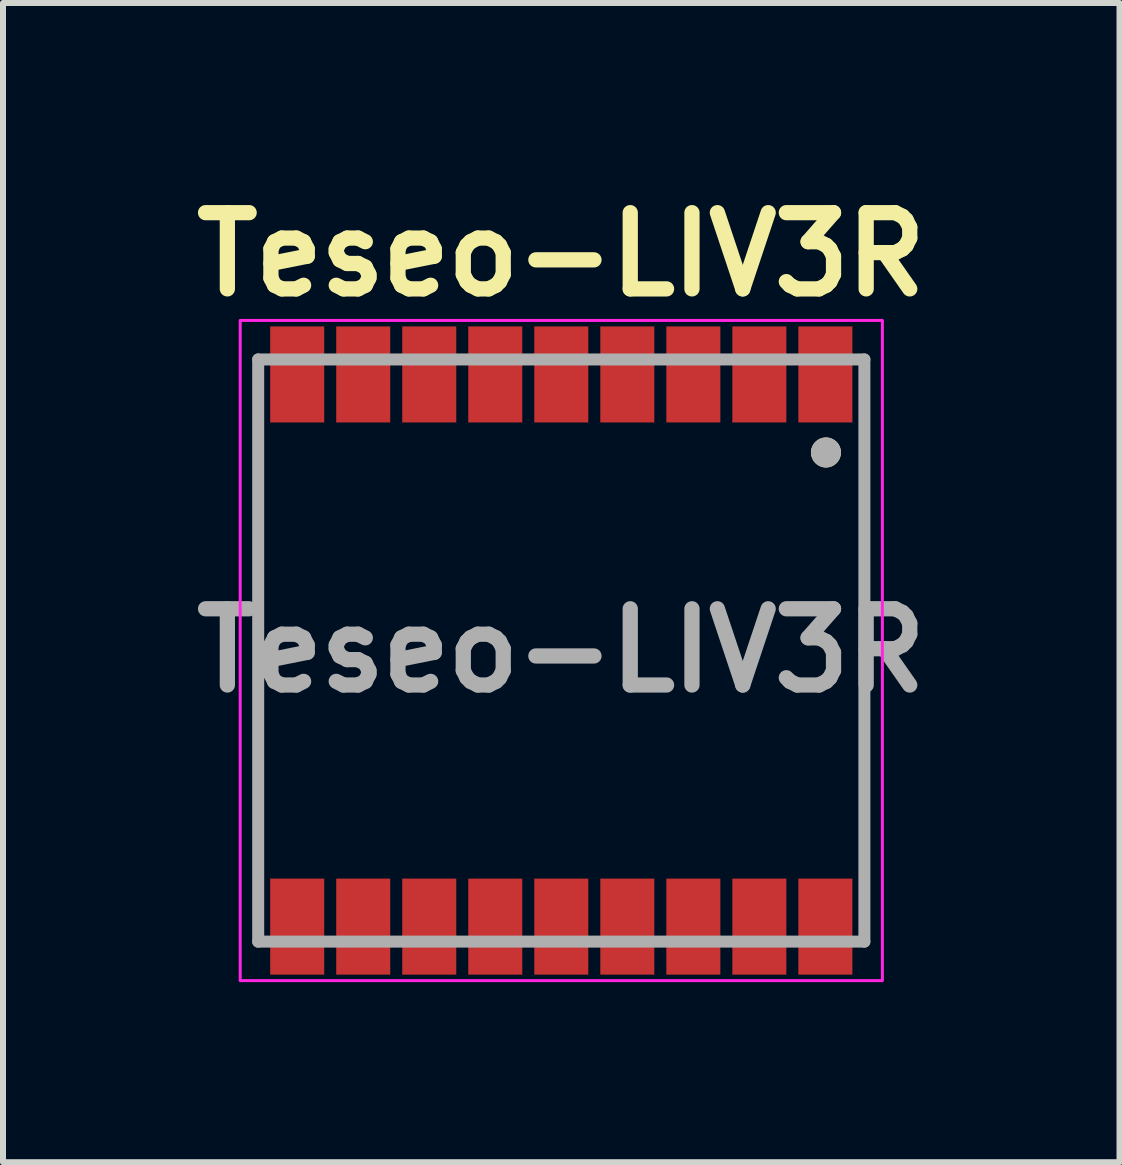
<source format=kicad_pcb>
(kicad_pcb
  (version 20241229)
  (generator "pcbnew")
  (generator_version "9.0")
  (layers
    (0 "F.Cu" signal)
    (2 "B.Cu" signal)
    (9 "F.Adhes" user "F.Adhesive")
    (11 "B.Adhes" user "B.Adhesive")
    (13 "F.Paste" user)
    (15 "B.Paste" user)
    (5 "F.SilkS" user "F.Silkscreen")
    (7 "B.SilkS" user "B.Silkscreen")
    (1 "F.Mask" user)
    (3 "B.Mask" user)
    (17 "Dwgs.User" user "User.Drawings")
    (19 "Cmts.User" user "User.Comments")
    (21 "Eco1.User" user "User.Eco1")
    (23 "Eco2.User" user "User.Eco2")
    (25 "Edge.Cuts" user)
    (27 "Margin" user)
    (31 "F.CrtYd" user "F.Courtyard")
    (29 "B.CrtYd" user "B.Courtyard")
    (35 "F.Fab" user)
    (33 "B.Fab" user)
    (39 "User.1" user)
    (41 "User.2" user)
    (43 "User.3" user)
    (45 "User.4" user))
  (footprint "Teseo-LIV3R"
    (layer "F.Cu")
    (at 6.302 7.789)
    (property "Reference" "Teseo-LIV3R" (at 0 -6.6 0) (layer "F.SilkS") (effects (font (size 1.27 1.27) (thickness 0.254))))
    (attr smd)
    (fp_line (start -5.05 -4.85) (end -5.05 4.85) (stroke (width 0.1) (type solid)) (layer "F.SilkS"))
    (fp_line (start 4.41 -3.3) (end 4.41 -3.3) (stroke (width 0.5) (type solid)) (layer "F.SilkS"))
    (fp_line (start 5.05 -4.85) (end 5.05 4.85) (stroke (width 0.1) (type solid)) (layer "F.SilkS"))
    (fp_poly (pts (xy 5.35 -5.5) (xy -5.35 -5.5) (xy -5.35 5.5) (xy 5.35 5.5)) (stroke (width 0.05) (type solid)) (fill no) (layer "F.CrtYd"))
    (fp_line (start -5.05 -4.85) (end 5.05 -4.85) (stroke (width 0.2) (type solid)) (layer "F.Fab"))
    (fp_line (start -5.05 4.85) (end -5.05 -4.85) (stroke (width 0.2) (type solid)) (layer "F.Fab"))
    (fp_line (start 4.41 -3.3) (end 4.41 -3.3) (stroke (width 0.5) (type solid)) (layer "F.Fab"))
    (fp_line (start 5.05 -4.85) (end 5.05 4.85) (stroke (width 0.2) (type solid)) (layer "F.Fab"))
    (fp_line (start 5.05 4.85) (end -5.05 4.85) (stroke (width 0.2) (type solid)) (layer "F.Fab"))
    (fp_text user "${REFERENCE}" (at 0 0 0) (layer "F.Fab") (effects (font (size 1.27 1.27) (thickness 0.254))))
    (pad "1" smd rect (at 4.4 -4.6) (size 0.9 1.6) (layers "F.Cu" "F.Mask" "F.Paste"))
    (pad "2" smd rect (at 3.3 -4.6) (size 0.9 1.6) (layers "F.Cu" "F.Mask" "F.Paste"))
    (pad "3" smd rect (at 2.2 -4.6) (size 0.9 1.6) (layers "F.Cu" "F.Mask" "F.Paste"))
    (pad "4" smd rect (at 1.1 -4.6) (size 0.9 1.6) (layers "F.Cu" "F.Mask" "F.Paste"))
    (pad "5" smd rect (at 0 -4.6) (size 0.9 1.6) (layers "F.Cu" "F.Mask" "F.Paste"))
    (pad "6" smd rect (at -1.1 -4.6) (size 0.9 1.6) (layers "F.Cu" "F.Mask" "F.Paste"))
    (pad "7" smd rect (at -2.2 -4.6) (size 0.9 1.6) (layers "F.Cu" "F.Mask" "F.Paste"))
    (pad "8" smd rect (at -3.3 -4.6) (size 0.9 1.6) (layers "F.Cu" "F.Mask" "F.Paste"))
    (pad "9" smd rect (at -4.4 -4.6) (size 0.9 1.6) (layers "F.Cu" "F.Mask" "F.Paste"))
    (pad "10" smd rect (at -4.4 4.6) (size 0.9 1.6) (layers "F.Cu" "F.Mask" "F.Paste"))
    (pad "11" smd rect (at -3.3 4.6) (size 0.9 1.6) (layers "F.Cu" "F.Mask" "F.Paste"))
    (pad "12" smd rect (at -2.2 4.6) (size 0.9 1.6) (layers "F.Cu" "F.Mask" "F.Paste"))
    (pad "13" smd rect (at -1.1 4.6) (size 0.9 1.6) (layers "F.Cu" "F.Mask" "F.Paste"))
    (pad "14" smd rect (at 0 4.6) (size 0.9 1.6) (layers "F.Cu" "F.Mask" "F.Paste"))
    (pad "15" smd rect (at 1.1 4.6) (size 0.9 1.6) (layers "F.Cu" "F.Mask" "F.Paste"))
    (pad "16" smd rect (at 2.2 4.6) (size 0.9 1.6) (layers "F.Cu" "F.Mask" "F.Paste"))
    (pad "17" smd rect (at 3.3 4.6) (size 0.9 1.6) (layers "F.Cu" "F.Mask" "F.Paste"))
    (pad "18" smd rect (at 4.4 4.6) (size 0.9 1.6) (layers "F.Cu" "F.Mask" "F.Paste")))
  (gr_rect
    (start -3 -3)
    (end 15.603 16.314)
    (stroke (width 0.1) (type default))
    (fill no)
    (layer "Edge.Cuts")))
</source>
